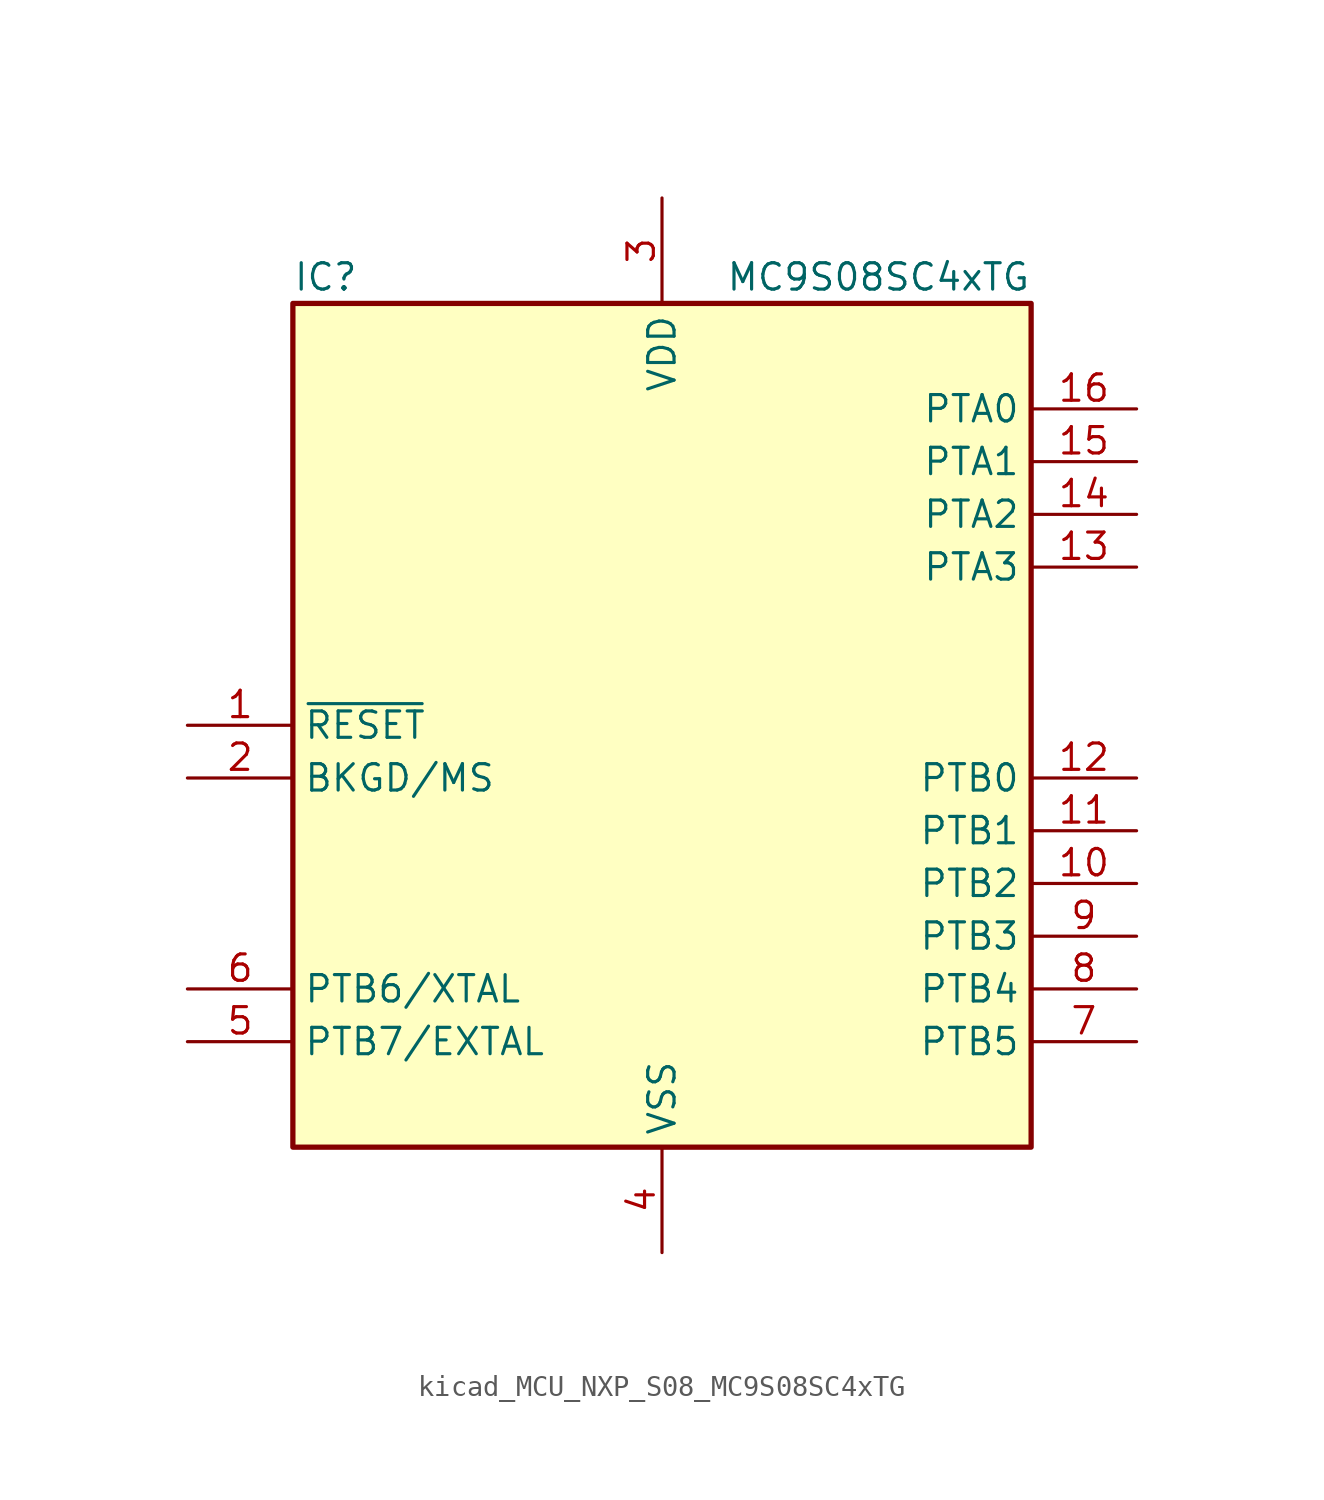
<source format=kicad_sym>
(kicad_symbol_lib
  (version 20220914)
  (generator kicad_symbol_editor)
  (symbol "kicad_MCU_NXP_S08_MC9S08SC4xTG"
    (property "Reference" "IC"
      (at -17.78 21.59 0)
      (effects (font (size 1.27 1.27)) (justify left)))
    (property "Value" "MC9S08SC4xTG"
      (at 17.78 21.59 0)
      (effects (font (size 1.27 1.27)) (justify right)))
    (symbol "kicad_MCU_NXP_S08_MC9S08SC4xTG_0_1"
      (rectangle (start -17.78 20.32) (end 17.78 -20.32) (stroke (width 0.254) (type default)) (fill (type background))))
    (symbol "kicad_MCU_NXP_S08_MC9S08SC4xTG_1_1"
      (pin input line (at -22.86 0 0) (length 5.08) (name "~{RESET}" (effects (font (size 1.27 1.27)))) (number "1" (effects (font (size 1.27 1.27)))))
      (pin bidirectional line (at 22.86 -7.62 180) (length 5.08) (name "PTB2" (effects (font (size 1.27 1.27)))) (number "10" (effects (font (size 1.27 1.27)))))
      (pin bidirectional line (at 22.86 -5.08 180) (length 5.08) (name "PTB1" (effects (font (size 1.27 1.27)))) (number "11" (effects (font (size 1.27 1.27)))))
      (pin bidirectional line (at 22.86 -2.54 180) (length 5.08) (name "PTB0" (effects (font (size 1.27 1.27)))) (number "12" (effects (font (size 1.27 1.27)))))
      (pin bidirectional line (at 22.86 7.62 180) (length 5.08) (name "PTA3" (effects (font (size 1.27 1.27)))) (number "13" (effects (font (size 1.27 1.27)))))
      (pin bidirectional line (at 22.86 10.16 180) (length 5.08) (name "PTA2" (effects (font (size 1.27 1.27)))) (number "14" (effects (font (size 1.27 1.27)))))
      (pin bidirectional line (at 22.86 12.7 180) (length 5.08) (name "PTA1" (effects (font (size 1.27 1.27)))) (number "15" (effects (font (size 1.27 1.27)))))
      (pin bidirectional line (at 22.86 15.24 180) (length 5.08) (name "PTA0" (effects (font (size 1.27 1.27)))) (number "16" (effects (font (size 1.27 1.27)))))
      (pin bidirectional line (at -22.86 -2.54 0) (length 5.08) (name "BKGD/MS" (effects (font (size 1.27 1.27)))) (number "2" (effects (font (size 1.27 1.27)))))
      (pin power_in line (at 0 25.4 270) (length 5.08) (name "VDD" (effects (font (size 1.27 1.27)))) (number "3" (effects (font (size 1.27 1.27)))))
      (pin power_in line (at 0 -25.4 90) (length 5.08) (name "VSS" (effects (font (size 1.27 1.27)))) (number "4" (effects (font (size 1.27 1.27)))))
      (pin bidirectional line (at -22.86 -15.24 0) (length 5.08) (name "PTB7/EXTAL" (effects (font (size 1.27 1.27)))) (number "5" (effects (font (size 1.27 1.27)))))
      (pin bidirectional line (at -22.86 -12.7 0) (length 5.08) (name "PTB6/XTAL" (effects (font (size 1.27 1.27)))) (number "6" (effects (font (size 1.27 1.27)))))
      (pin bidirectional line (at 22.86 -15.24 180) (length 5.08) (name "PTB5" (effects (font (size 1.27 1.27)))) (number "7" (effects (font (size 1.27 1.27)))))
      (pin bidirectional line (at 22.86 -12.7 180) (length 5.08) (name "PTB4" (effects (font (size 1.27 1.27)))) (number "8" (effects (font (size 1.27 1.27)))))
      (pin bidirectional line (at 22.86 -10.16 180) (length 5.08) (name "PTB3" (effects (font (size 1.27 1.27)))) (number "9" (effects (font (size 1.27 1.27))))))))
</source>
